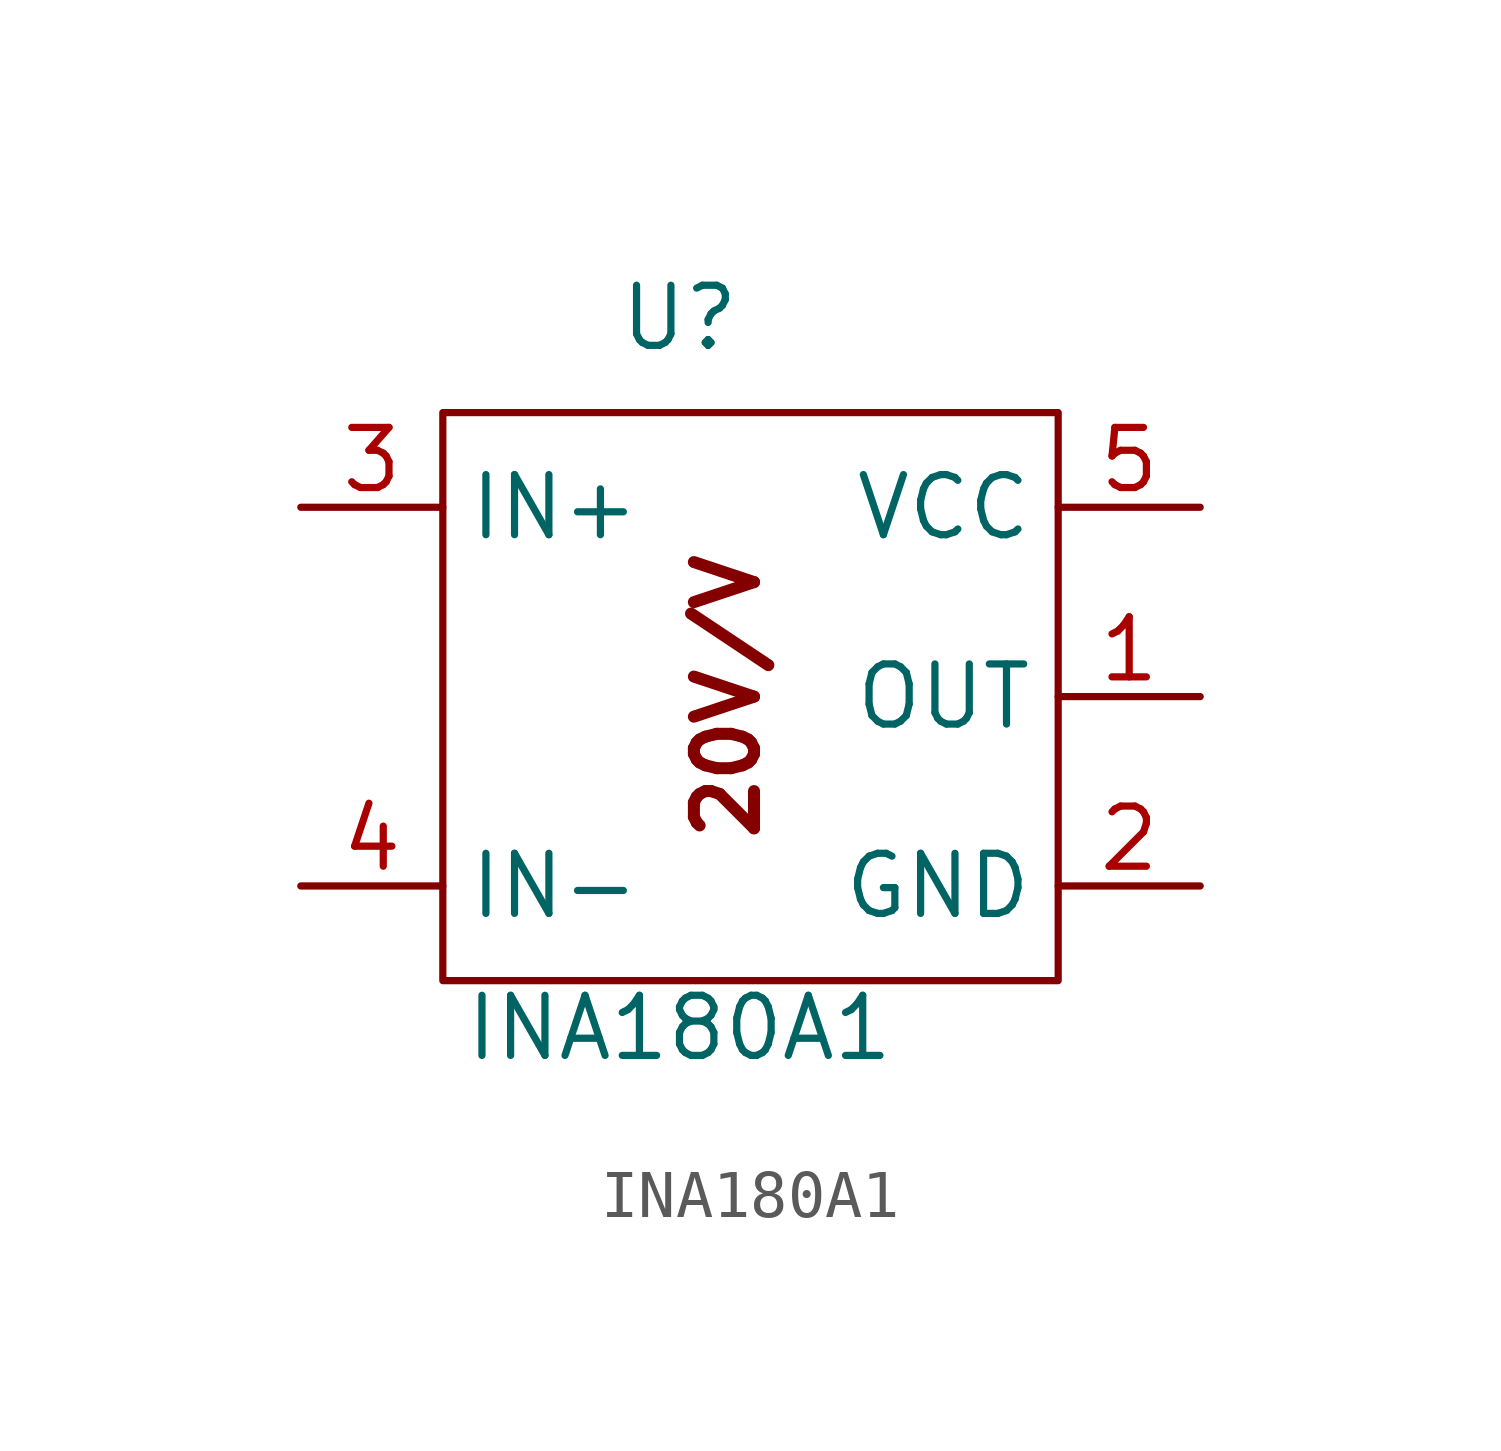
<source format=kicad_sym>
(kicad_symbol_lib
  (version 20220914)
  (generator kicad_symbol_editor)
  (symbol "INA180A1"
    (property "Reference" "U"
      (at 0 0 0)
      (effects (font (size 1.27 1.27))))
    (property "Value" "INA180A1"
      (at 0 -15 0)
      (effects (font (size 1.27 1.27))))
    (symbol "INA180A1_0_1"
      (rectangle (start -5 -2) (end 8 -14) (stroke (width 0) (type default)) (fill (type none)))
      (text "20V/V" (at 1 -8 900) (effects (font (size 1.27 1.27) bold))))
    (symbol "INA180A1_1_1"
      (pin passive line (at 11 -8 180) (length 3) (name "OUT" (effects (font (size 1.27 1.27)))) (number "1" (effects (font (size 1.27 1.27)))))
      (pin passive line (at 11 -12 180) (length 3) (name "GND" (effects (font (size 1.27 1.27)))) (number "2" (effects (font (size 1.27 1.27)))))
      (pin passive line (at -8 -4 0) (length 3) (name "IN+" (effects (font (size 1.27 1.27)))) (number "3" (effects (font (size 1.27 1.27)))))
      (pin passive line (at -8 -12 0) (length 3) (name "IN-" (effects (font (size 1.27 1.27)))) (number "4" (effects (font (size 1.27 1.27)))))
      (pin passive line (at 11 -4 180) (length 3) (name "VCC" (effects (font (size 1.27 1.27)))) (number "5" (effects (font (size 1.27 1.27))))))))
</source>
